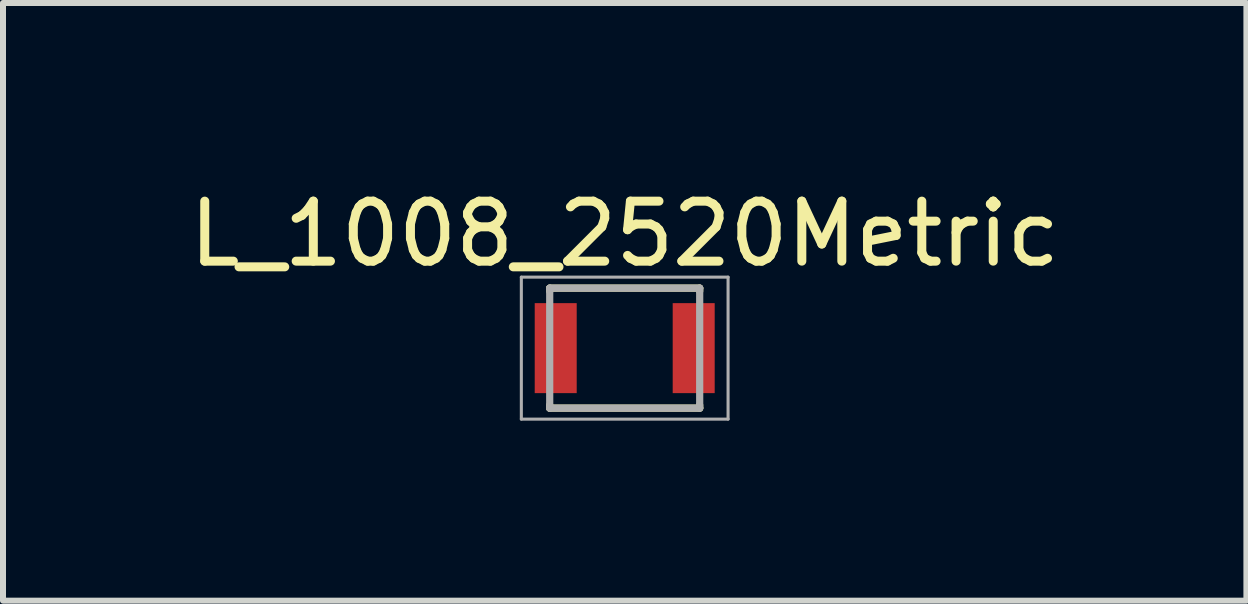
<source format=kicad_pcb>
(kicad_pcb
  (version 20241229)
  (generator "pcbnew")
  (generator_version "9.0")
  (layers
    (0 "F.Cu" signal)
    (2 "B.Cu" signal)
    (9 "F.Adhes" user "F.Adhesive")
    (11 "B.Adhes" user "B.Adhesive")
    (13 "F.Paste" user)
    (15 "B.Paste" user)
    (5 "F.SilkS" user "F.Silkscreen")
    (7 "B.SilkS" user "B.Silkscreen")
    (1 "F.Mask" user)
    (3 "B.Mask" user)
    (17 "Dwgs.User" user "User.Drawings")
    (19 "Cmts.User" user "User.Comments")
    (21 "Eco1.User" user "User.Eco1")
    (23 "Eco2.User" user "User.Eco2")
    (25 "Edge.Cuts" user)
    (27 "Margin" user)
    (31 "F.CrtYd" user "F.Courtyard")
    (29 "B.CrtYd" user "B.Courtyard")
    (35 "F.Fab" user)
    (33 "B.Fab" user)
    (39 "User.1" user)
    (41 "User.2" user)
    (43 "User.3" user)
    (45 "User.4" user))
  (footprint "L_1008_2520Metric"
    (layer "F.Cu")
    (at 7.363 2.753)
    (property "Reference" "L_1008_2520Metric" (at 0 -1.905 0) (layer "F.SilkS") (effects (font (size 1 1) (thickness 0.15))))
    (attr smd)
    (fp_line (start -1.25 -1) (end -1.25 -0.95) (stroke (width 0.12) (type solid)) (layer "F.SilkS"))
    (fp_line (start -1.25 1) (end -1.25 0.95) (stroke (width 0.12) (type solid)) (layer "F.SilkS"))
    (fp_line (start -1.25 1) (end 1.25 1) (stroke (width 0.12) (type solid)) (layer "F.SilkS"))
    (fp_line (start 1.25 -1) (end -1.25 -1) (stroke (width 0.12) (type solid)) (layer "F.SilkS"))
    (fp_line (start 1.25 -0.95) (end 1.25 -1) (stroke (width 0.12) (type solid)) (layer "F.SilkS"))
    (fp_line (start 1.25 1) (end 1.25 0.95) (stroke (width 0.12) (type solid)) (layer "F.SilkS"))
    (fp_line (start -1.723 -1.183) (end 1.723 -1.183) (stroke (width 0.051) (type solid)) (layer "F.Fab"))
    (fp_line (start -1.723 1.183) (end -1.723 -1.183) (stroke (width 0.051) (type solid)) (layer "F.Fab"))
    (fp_line (start -1.25 -1) (end 1.25 -1) (stroke (width 0.12) (type solid)) (layer "F.Fab"))
    (fp_line (start -1.25 1) (end -1.25 -1) (stroke (width 0.12) (type solid)) (layer "F.Fab"))
    (fp_line (start 1.25 -1) (end 1.25 1) (stroke (width 0.12) (type solid)) (layer "F.Fab"))
    (fp_line (start 1.25 1) (end -1.25 1) (stroke (width 0.12) (type solid)) (layer "F.Fab"))
    (fp_line (start 1.723 -1.183) (end 1.723 1.183) (stroke (width 0.051) (type solid)) (layer "F.Fab"))
    (fp_line (start 1.723 1.183) (end -1.723 1.183) (stroke (width 0.051) (type solid)) (layer "F.Fab"))
    (pad "1" smd rect (at -1.15 0) (size 0.7 1.5) (layers "F.Cu" "F.Mask" "F.Paste"))
    (pad "2" smd rect (at 1.15 0) (size 0.7 1.5) (layers "F.Cu" "F.Mask" "F.Paste")))
  (gr_rect
    (start -3 -3)
    (end 17.726 6.962)
    (stroke (width 0.1) (type default))
    (fill no)
    (layer "Edge.Cuts")))
</source>
